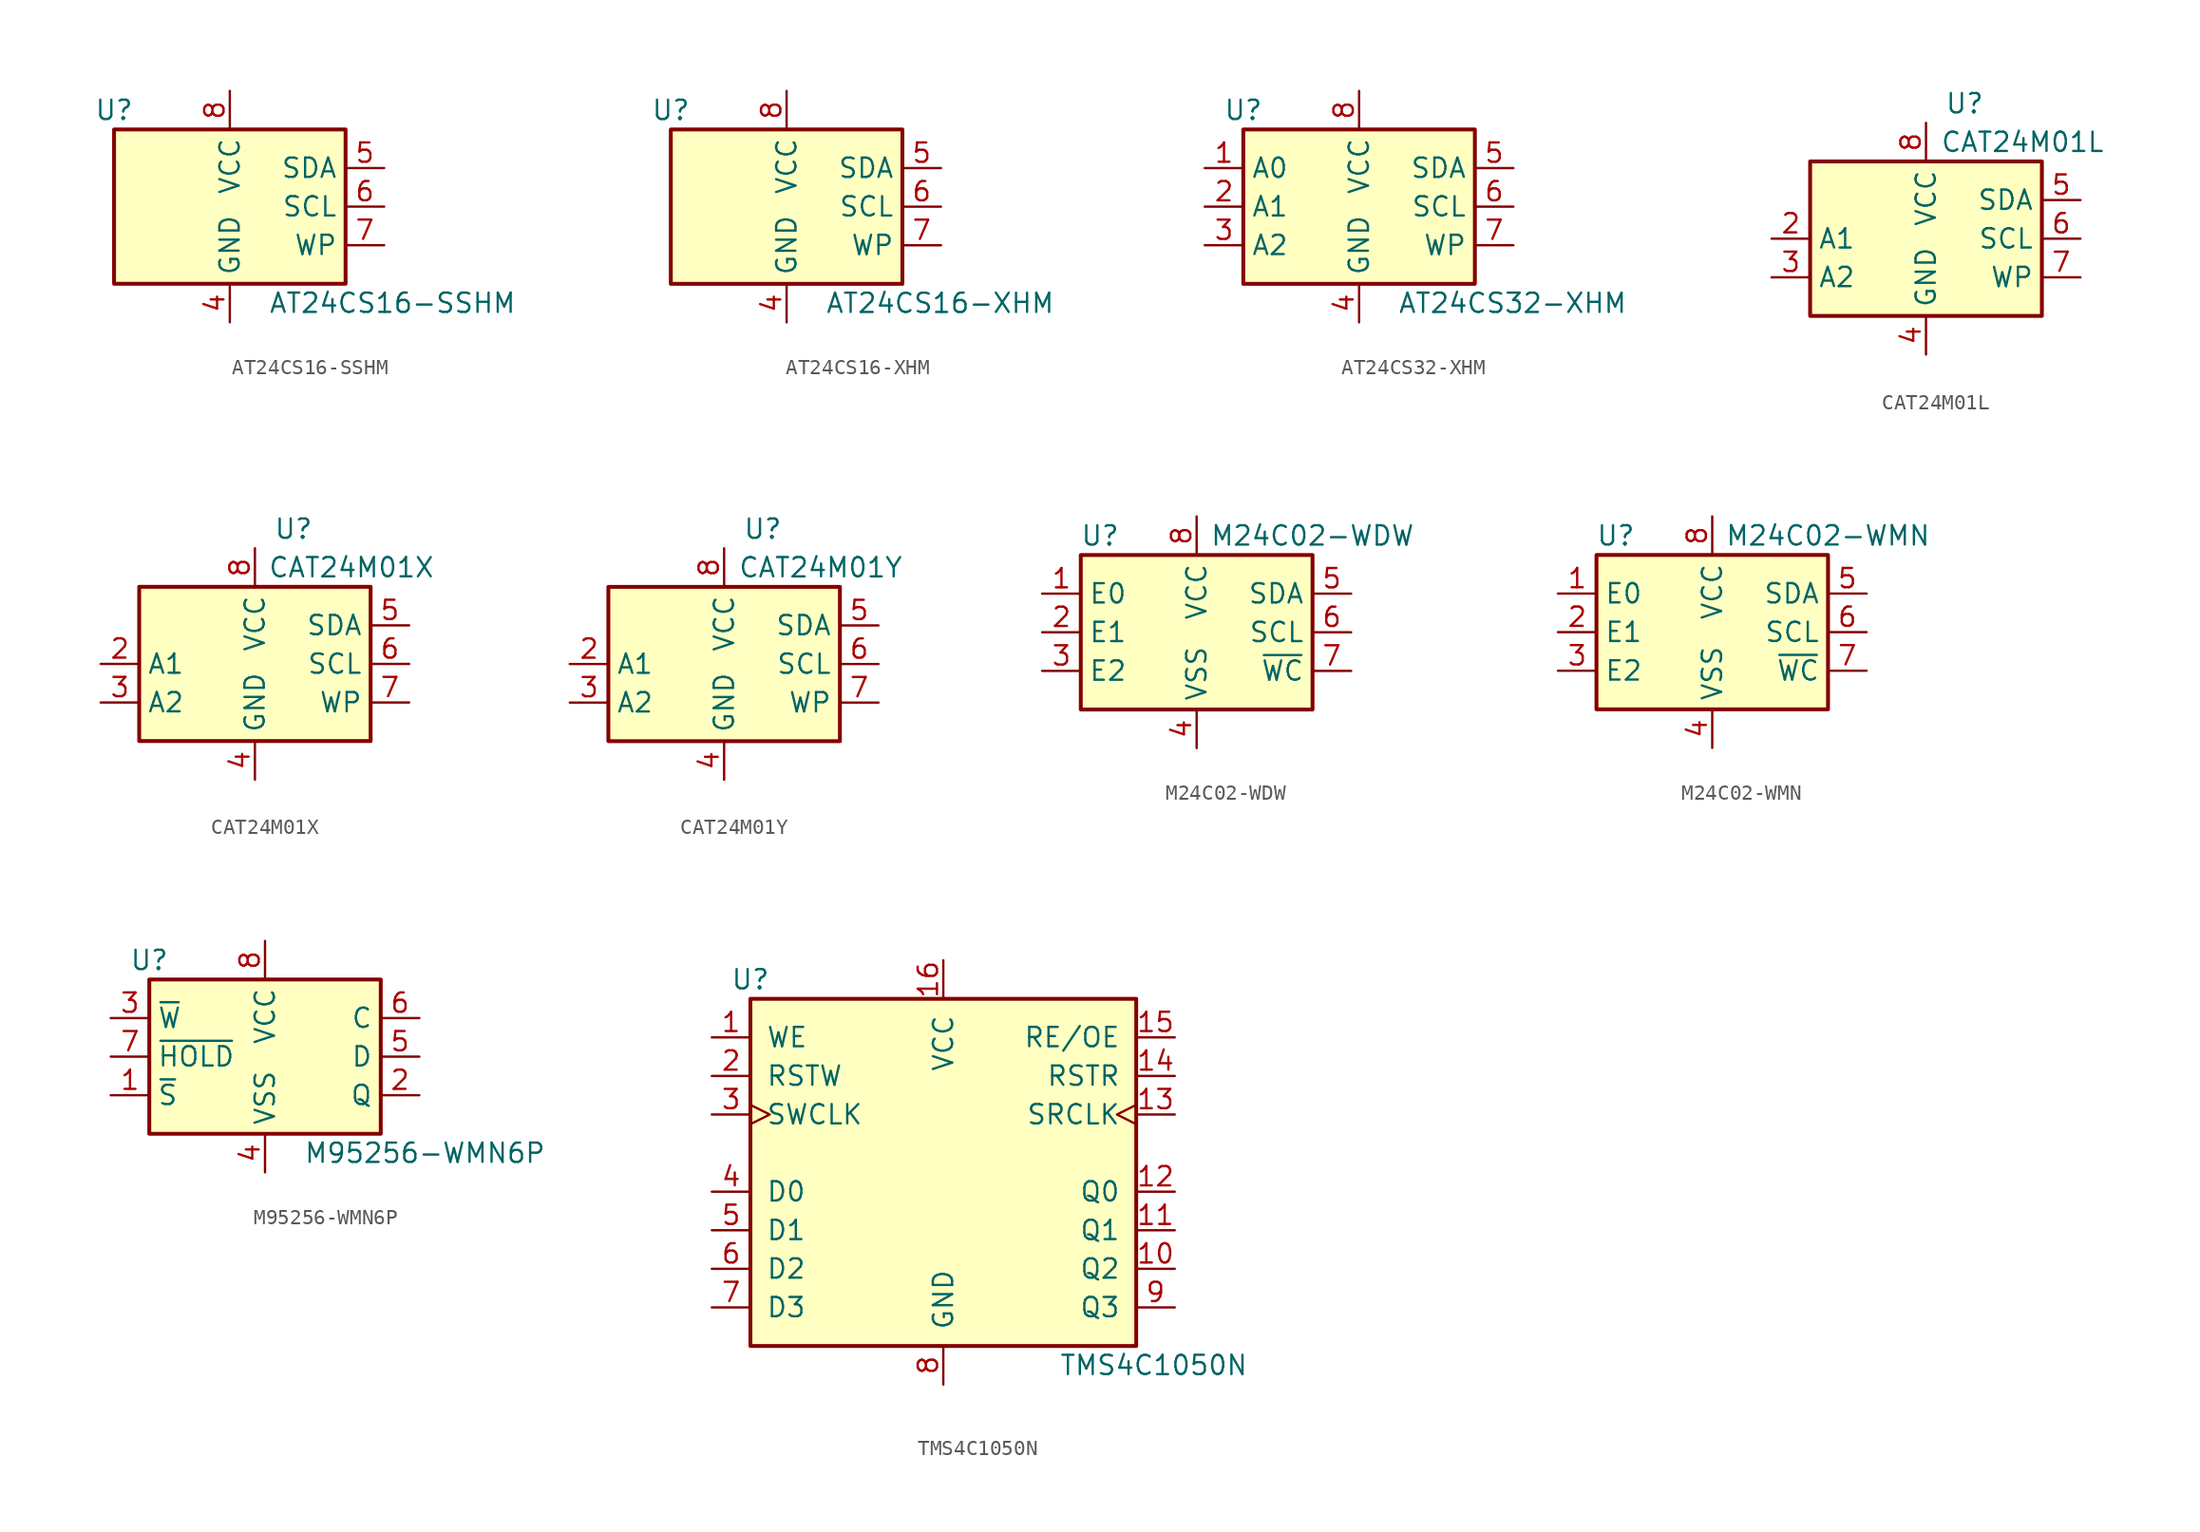
<source format=kicad_sym>
(kicad_symbol_lib
  (version 20211014)
  (generator kicad_symbol_editor)
  (symbol "AT24CS16-SSHM"
    (property "Reference" "U"
      (at -7.62 6.35 0)
      (effects (font (size 1.27 1.27))))
    (property "Value" "AT24CS16-SSHM"
      (at 2.54 -6.35 0)
      (effects (font (size 1.27 1.27)) (justify left)))
    (symbol "AT24CS16-SSHM_1_1"
      (rectangle (start -7.62 5.08) (end 7.62 -5.08) (stroke (width 0.254) (type default) (color 0 0 0 0)) (fill (type background)))
      (pin power_in line (at 0 -7.62 90) (length 2.54) (name "GND" (effects (font (size 1.27 1.27)))) (number "4" (effects (font (size 1.27 1.27)))))
      (pin bidirectional line (at 10.16 2.54 180) (length 2.54) (name "SDA" (effects (font (size 1.27 1.27)))) (number "5" (effects (font (size 1.27 1.27)))))
      (pin input line (at 10.16 0 180) (length 2.54) (name "SCL" (effects (font (size 1.27 1.27)))) (number "6" (effects (font (size 1.27 1.27)))))
      (pin input line (at 10.16 -2.54 180) (length 2.54) (name "WP" (effects (font (size 1.27 1.27)))) (number "7" (effects (font (size 1.27 1.27)))))
      (pin power_in line (at 0 7.62 270) (length 2.54) (name "VCC" (effects (font (size 1.27 1.27)))) (number "8" (effects (font (size 1.27 1.27)))))))
  (symbol "AT24CS16-XHM"
    (property "Reference" "U"
      (at -7.62 6.35 0)
      (effects (font (size 1.27 1.27))))
    (property "Value" "AT24CS16-XHM"
      (at 2.54 -6.35 0)
      (effects (font (size 1.27 1.27)) (justify left)))
    (symbol "AT24CS16-XHM_1_1"
      (rectangle (start -7.62 5.08) (end 7.62 -5.08) (stroke (width 0.254) (type default) (color 0 0 0 0)) (fill (type background)))
      (pin power_in line (at 0 -7.62 90) (length 2.54) (name "GND" (effects (font (size 1.27 1.27)))) (number "4" (effects (font (size 1.27 1.27)))))
      (pin bidirectional line (at 10.16 2.54 180) (length 2.54) (name "SDA" (effects (font (size 1.27 1.27)))) (number "5" (effects (font (size 1.27 1.27)))))
      (pin input line (at 10.16 0 180) (length 2.54) (name "SCL" (effects (font (size 1.27 1.27)))) (number "6" (effects (font (size 1.27 1.27)))))
      (pin input line (at 10.16 -2.54 180) (length 2.54) (name "WP" (effects (font (size 1.27 1.27)))) (number "7" (effects (font (size 1.27 1.27)))))
      (pin power_in line (at 0 7.62 270) (length 2.54) (name "VCC" (effects (font (size 1.27 1.27)))) (number "8" (effects (font (size 1.27 1.27)))))))
  (symbol "AT24CS32-XHM"
    (property "Reference" "U"
      (at -7.62 6.35 0)
      (effects (font (size 1.27 1.27))))
    (property "Value" "AT24CS32-XHM"
      (at 2.54 -6.35 0)
      (effects (font (size 1.27 1.27)) (justify left)))
    (symbol "AT24CS32-XHM_1_1"
      (rectangle (start -7.62 5.08) (end 7.62 -5.08) (stroke (width 0.254) (type default) (color 0 0 0 0)) (fill (type background)))
      (pin input line (at -10.16 2.54 0) (length 2.54) (name "A0" (effects (font (size 1.27 1.27)))) (number "1" (effects (font (size 1.27 1.27)))))
      (pin input line (at -10.16 0 0) (length 2.54) (name "A1" (effects (font (size 1.27 1.27)))) (number "2" (effects (font (size 1.27 1.27)))))
      (pin input line (at -10.16 -2.54 0) (length 2.54) (name "A2" (effects (font (size 1.27 1.27)))) (number "3" (effects (font (size 1.27 1.27)))))
      (pin power_in line (at 0 -7.62 90) (length 2.54) (name "GND" (effects (font (size 1.27 1.27)))) (number "4" (effects (font (size 1.27 1.27)))))
      (pin bidirectional line (at 10.16 2.54 180) (length 2.54) (name "SDA" (effects (font (size 1.27 1.27)))) (number "5" (effects (font (size 1.27 1.27)))))
      (pin input line (at 10.16 0 180) (length 2.54) (name "SCL" (effects (font (size 1.27 1.27)))) (number "6" (effects (font (size 1.27 1.27)))))
      (pin input line (at 10.16 -2.54 180) (length 2.54) (name "WP" (effects (font (size 1.27 1.27)))) (number "7" (effects (font (size 1.27 1.27)))))
      (pin power_in line (at 0 7.62 270) (length 2.54) (name "VCC" (effects (font (size 1.27 1.27)))) (number "8" (effects (font (size 1.27 1.27)))))))
  (symbol "CAT24M01L"
    (property "Reference" "U"
      (at 2.54 8.89 0)
      (effects (font (size 1.27 1.27))))
    (property "Value" "CAT24M01L"
      (at 6.35 6.35 0)
      (effects (font (size 1.27 1.27))))
    (symbol "CAT24M01L_1_1"
      (rectangle (start -7.62 5.08) (end 7.62 -5.08) (stroke (width 0.254) (type default) (color 0 0 0 0)) (fill (type background)))
      (pin no_connect line (at -7.62 2.54 0) (length 2.54) hide (name "NC" (effects (font (size 1.27 1.27)))) (number "1" (effects (font (size 1.27 1.27)))))
      (pin input line (at -10.16 0 0) (length 2.54) (name "A1" (effects (font (size 1.27 1.27)))) (number "2" (effects (font (size 1.27 1.27)))))
      (pin input line (at -10.16 -2.54 0) (length 2.54) (name "A2" (effects (font (size 1.27 1.27)))) (number "3" (effects (font (size 1.27 1.27)))))
      (pin power_in line (at 0 -7.62 90) (length 2.54) (name "GND" (effects (font (size 1.27 1.27)))) (number "4" (effects (font (size 1.27 1.27)))))
      (pin bidirectional line (at 10.16 2.54 180) (length 2.54) (name "SDA" (effects (font (size 1.27 1.27)))) (number "5" (effects (font (size 1.27 1.27)))))
      (pin input line (at 10.16 0 180) (length 2.54) (name "SCL" (effects (font (size 1.27 1.27)))) (number "6" (effects (font (size 1.27 1.27)))))
      (pin input line (at 10.16 -2.54 180) (length 2.54) (name "WP" (effects (font (size 1.27 1.27)))) (number "7" (effects (font (size 1.27 1.27)))))
      (pin power_in line (at 0 7.62 270) (length 2.54) (name "VCC" (effects (font (size 1.27 1.27)))) (number "8" (effects (font (size 1.27 1.27)))))))
  (symbol "CAT24M01X"
    (property "Reference" "U"
      (at 2.54 8.89 0)
      (effects (font (size 1.27 1.27))))
    (property "Value" "CAT24M01X"
      (at 6.35 6.35 0)
      (effects (font (size 1.27 1.27))))
    (symbol "CAT24M01X_1_1"
      (rectangle (start -7.62 5.08) (end 7.62 -5.08) (stroke (width 0.254) (type default) (color 0 0 0 0)) (fill (type background)))
      (pin no_connect line (at -7.62 2.54 0) (length 2.54) hide (name "NC" (effects (font (size 1.27 1.27)))) (number "1" (effects (font (size 1.27 1.27)))))
      (pin input line (at -10.16 0 0) (length 2.54) (name "A1" (effects (font (size 1.27 1.27)))) (number "2" (effects (font (size 1.27 1.27)))))
      (pin input line (at -10.16 -2.54 0) (length 2.54) (name "A2" (effects (font (size 1.27 1.27)))) (number "3" (effects (font (size 1.27 1.27)))))
      (pin power_in line (at 0 -7.62 90) (length 2.54) (name "GND" (effects (font (size 1.27 1.27)))) (number "4" (effects (font (size 1.27 1.27)))))
      (pin bidirectional line (at 10.16 2.54 180) (length 2.54) (name "SDA" (effects (font (size 1.27 1.27)))) (number "5" (effects (font (size 1.27 1.27)))))
      (pin input line (at 10.16 0 180) (length 2.54) (name "SCL" (effects (font (size 1.27 1.27)))) (number "6" (effects (font (size 1.27 1.27)))))
      (pin input line (at 10.16 -2.54 180) (length 2.54) (name "WP" (effects (font (size 1.27 1.27)))) (number "7" (effects (font (size 1.27 1.27)))))
      (pin power_in line (at 0 7.62 270) (length 2.54) (name "VCC" (effects (font (size 1.27 1.27)))) (number "8" (effects (font (size 1.27 1.27)))))))
  (symbol "CAT24M01Y"
    (property "Reference" "U"
      (at 2.54 8.89 0)
      (effects (font (size 1.27 1.27))))
    (property "Value" "CAT24M01Y"
      (at 6.35 6.35 0)
      (effects (font (size 1.27 1.27))))
    (symbol "CAT24M01Y_1_1"
      (rectangle (start -7.62 5.08) (end 7.62 -5.08) (stroke (width 0.254) (type default) (color 0 0 0 0)) (fill (type background)))
      (pin no_connect line (at -7.62 2.54 0) (length 2.54) hide (name "NC" (effects (font (size 1.27 1.27)))) (number "1" (effects (font (size 1.27 1.27)))))
      (pin input line (at -10.16 0 0) (length 2.54) (name "A1" (effects (font (size 1.27 1.27)))) (number "2" (effects (font (size 1.27 1.27)))))
      (pin input line (at -10.16 -2.54 0) (length 2.54) (name "A2" (effects (font (size 1.27 1.27)))) (number "3" (effects (font (size 1.27 1.27)))))
      (pin power_in line (at 0 -7.62 90) (length 2.54) (name "GND" (effects (font (size 1.27 1.27)))) (number "4" (effects (font (size 1.27 1.27)))))
      (pin bidirectional line (at 10.16 2.54 180) (length 2.54) (name "SDA" (effects (font (size 1.27 1.27)))) (number "5" (effects (font (size 1.27 1.27)))))
      (pin input line (at 10.16 0 180) (length 2.54) (name "SCL" (effects (font (size 1.27 1.27)))) (number "6" (effects (font (size 1.27 1.27)))))
      (pin input line (at 10.16 -2.54 180) (length 2.54) (name "WP" (effects (font (size 1.27 1.27)))) (number "7" (effects (font (size 1.27 1.27)))))
      (pin power_in line (at 0 7.62 270) (length 2.54) (name "VCC" (effects (font (size 1.27 1.27)))) (number "8" (effects (font (size 1.27 1.27)))))))
  (symbol "M24C02-WDW"
    (property "Reference" "U"
      (at -6.35 6.35 0)
      (effects (font (size 1.27 1.27))))
    (property "Value" "M24C02-WDW"
      (at 7.62 6.35 0)
      (effects (font (size 1.27 1.27))))
    (symbol "M24C02-WDW_0_1"
      (rectangle (start -7.62 5.08) (end 7.62 -5.08) (stroke (width 0.254) (type default) (color 0 0 0 0)) (fill (type background))))
    (symbol "M24C02-WDW_1_1"
      (pin input line (at -10.16 2.54 0) (length 2.54) (name "E0" (effects (font (size 1.27 1.27)))) (number "1" (effects (font (size 1.27 1.27)))))
      (pin input line (at -10.16 0 0) (length 2.54) (name "E1" (effects (font (size 1.27 1.27)))) (number "2" (effects (font (size 1.27 1.27)))))
      (pin input line (at -10.16 -2.54 0) (length 2.54) (name "E2" (effects (font (size 1.27 1.27)))) (number "3" (effects (font (size 1.27 1.27)))))
      (pin power_in line (at 0 -7.62 90) (length 2.54) (name "VSS" (effects (font (size 1.27 1.27)))) (number "4" (effects (font (size 1.27 1.27)))))
      (pin bidirectional line (at 10.16 2.54 180) (length 2.54) (name "SDA" (effects (font (size 1.27 1.27)))) (number "5" (effects (font (size 1.27 1.27)))))
      (pin input line (at 10.16 0 180) (length 2.54) (name "SCL" (effects (font (size 1.27 1.27)))) (number "6" (effects (font (size 1.27 1.27)))))
      (pin input line (at 10.16 -2.54 180) (length 2.54) (name "~{WC}" (effects (font (size 1.27 1.27)))) (number "7" (effects (font (size 1.27 1.27)))))
      (pin power_in line (at 0 7.62 270) (length 2.54) (name "VCC" (effects (font (size 1.27 1.27)))) (number "8" (effects (font (size 1.27 1.27)))))))
  (symbol "M24C02-WMN"
    (property "Reference" "U"
      (at -6.35 6.35 0)
      (effects (font (size 1.27 1.27))))
    (property "Value" "M24C02-WMN"
      (at 7.62 6.35 0)
      (effects (font (size 1.27 1.27))))
    (symbol "M24C02-WMN_0_1"
      (rectangle (start -7.62 5.08) (end 7.62 -5.08) (stroke (width 0.254) (type default) (color 0 0 0 0)) (fill (type background))))
    (symbol "M24C02-WMN_1_1"
      (pin input line (at -10.16 2.54 0) (length 2.54) (name "E0" (effects (font (size 1.27 1.27)))) (number "1" (effects (font (size 1.27 1.27)))))
      (pin input line (at -10.16 0 0) (length 2.54) (name "E1" (effects (font (size 1.27 1.27)))) (number "2" (effects (font (size 1.27 1.27)))))
      (pin input line (at -10.16 -2.54 0) (length 2.54) (name "E2" (effects (font (size 1.27 1.27)))) (number "3" (effects (font (size 1.27 1.27)))))
      (pin power_in line (at 0 -7.62 90) (length 2.54) (name "VSS" (effects (font (size 1.27 1.27)))) (number "4" (effects (font (size 1.27 1.27)))))
      (pin bidirectional line (at 10.16 2.54 180) (length 2.54) (name "SDA" (effects (font (size 1.27 1.27)))) (number "5" (effects (font (size 1.27 1.27)))))
      (pin input line (at 10.16 0 180) (length 2.54) (name "SCL" (effects (font (size 1.27 1.27)))) (number "6" (effects (font (size 1.27 1.27)))))
      (pin input line (at 10.16 -2.54 180) (length 2.54) (name "~{WC}" (effects (font (size 1.27 1.27)))) (number "7" (effects (font (size 1.27 1.27)))))
      (pin power_in line (at 0 7.62 270) (length 2.54) (name "VCC" (effects (font (size 1.27 1.27)))) (number "8" (effects (font (size 1.27 1.27)))))))
  (symbol "M95256-WMN6P"
    (property "Reference" "U"
      (at -7.62 6.35 0)
      (effects (font (size 1.27 1.27))))
    (property "Value" "M95256-WMN6P"
      (at 2.54 -6.35 0)
      (effects (font (size 1.27 1.27)) (justify left)))
    (symbol "M95256-WMN6P_1_1"
      (rectangle (start -7.62 5.08) (end 7.62 -5.08) (stroke (width 0.254) (type default) (color 0 0 0 0)) (fill (type background)))
      (pin input line (at -10.16 -2.54 0) (length 2.54) (name "~{S}" (effects (font (size 1.27 1.27)))) (number "1" (effects (font (size 1.27 1.27)))))
      (pin output line (at 10.16 -2.54 180) (length 2.54) (name "Q" (effects (font (size 1.27 1.27)))) (number "2" (effects (font (size 1.27 1.27)))))
      (pin input line (at -10.16 2.54 0) (length 2.54) (name "~{W}" (effects (font (size 1.27 1.27)))) (number "3" (effects (font (size 1.27 1.27)))))
      (pin power_in line (at 0 -7.62 90) (length 2.54) (name "VSS" (effects (font (size 1.27 1.27)))) (number "4" (effects (font (size 1.27 1.27)))))
      (pin input line (at 10.16 0 180) (length 2.54) (name "D" (effects (font (size 1.27 1.27)))) (number "5" (effects (font (size 1.27 1.27)))))
      (pin input line (at 10.16 2.54 180) (length 2.54) (name "C" (effects (font (size 1.27 1.27)))) (number "6" (effects (font (size 1.27 1.27)))))
      (pin input line (at -10.16 0 0) (length 2.54) (name "~{HOLD}" (effects (font (size 1.27 1.27)))) (number "7" (effects (font (size 1.27 1.27)))))
      (pin power_in line (at 0 7.62 270) (length 2.54) (name "VCC" (effects (font (size 1.27 1.27)))) (number "8" (effects (font (size 1.27 1.27)))))))
  (symbol "TMS4C1050N"
    (pin_names
      (offset 1.016))
    (property "Reference" "U"
      (at -12.7 11.43 0)
      (effects (font (size 1.27 1.27))))
    (property "Value" "TMS4C1050N"
      (at 7.62 -13.97 0)
      (effects (font (size 1.27 1.27)) (justify left)))
    (symbol "TMS4C1050N_1_1"
      (rectangle (start -12.7 10.16) (end 12.7 -12.7) (stroke (width 0.254) (type default) (color 0 0 0 0)) (fill (type background)))
      (pin input line (at -15.24 7.62 0) (length 2.54) (name "WE" (effects (font (size 1.27 1.27)))) (number "1" (effects (font (size 1.27 1.27)))))
      (pin tri_state line (at 15.24 -7.62 180) (length 2.54) (name "Q2" (effects (font (size 1.27 1.27)))) (number "10" (effects (font (size 1.27 1.27)))))
      (pin tri_state line (at 15.24 -5.08 180) (length 2.54) (name "Q1" (effects (font (size 1.27 1.27)))) (number "11" (effects (font (size 1.27 1.27)))))
      (pin tri_state line (at 15.24 -2.54 180) (length 2.54) (name "Q0" (effects (font (size 1.27 1.27)))) (number "12" (effects (font (size 1.27 1.27)))))
      (pin input clock (at 15.24 2.54 180) (length 2.54) (name "SRCLK" (effects (font (size 1.27 1.27)))) (number "13" (effects (font (size 1.27 1.27)))))
      (pin input line (at 15.24 5.08 180) (length 2.54) (name "RSTR" (effects (font (size 1.27 1.27)))) (number "14" (effects (font (size 1.27 1.27)))))
      (pin input line (at 15.24 7.62 180) (length 2.54) (name "RE/OE" (effects (font (size 1.27 1.27)))) (number "15" (effects (font (size 1.27 1.27)))))
      (pin power_in line (at 0 12.7 270) (length 2.54) (name "VCC" (effects (font (size 1.27 1.27)))) (number "16" (effects (font (size 1.27 1.27)))))
      (pin input line (at -15.24 5.08 0) (length 2.54) (name "RSTW" (effects (font (size 1.27 1.27)))) (number "2" (effects (font (size 1.27 1.27)))))
      (pin input clock (at -15.24 2.54 0) (length 2.54) (name "SWCLK" (effects (font (size 1.27 1.27)))) (number "3" (effects (font (size 1.27 1.27)))))
      (pin input line (at -15.24 -2.54 0) (length 2.54) (name "D0" (effects (font (size 1.27 1.27)))) (number "4" (effects (font (size 1.27 1.27)))))
      (pin input line (at -15.24 -5.08 0) (length 2.54) (name "D1" (effects (font (size 1.27 1.27)))) (number "5" (effects (font (size 1.27 1.27)))))
      (pin input line (at -15.24 -7.62 0) (length 2.54) (name "D2" (effects (font (size 1.27 1.27)))) (number "6" (effects (font (size 1.27 1.27)))))
      (pin input line (at -15.24 -10.16 0) (length 2.54) (name "D3" (effects (font (size 1.27 1.27)))) (number "7" (effects (font (size 1.27 1.27)))))
      (pin power_in line (at 0 -15.24 90) (length 2.54) (name "GND" (effects (font (size 1.27 1.27)))) (number "8" (effects (font (size 1.27 1.27)))))
      (pin tri_state line (at 15.24 -10.16 180) (length 2.54) (name "Q3" (effects (font (size 1.27 1.27)))) (number "9" (effects (font (size 1.27 1.27))))))))
</source>
